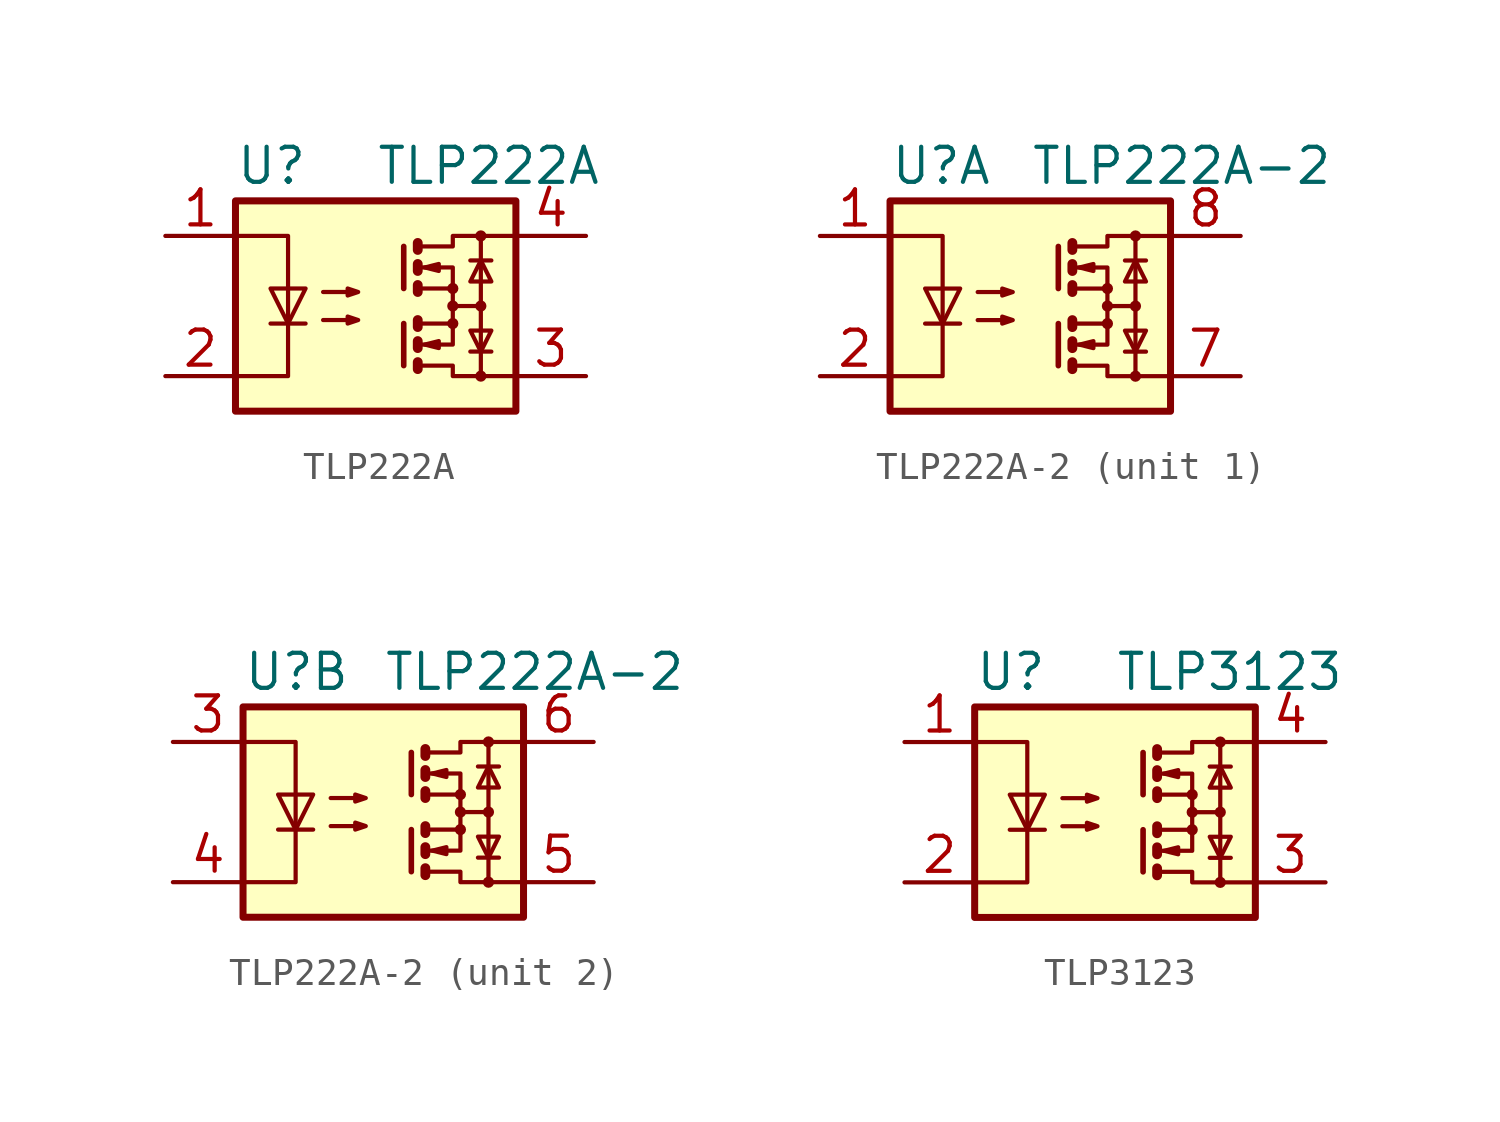
<source format=kicad_sym>
(kicad_symbol_lib
  (version 20201005)
  (generator kicad_symbol_editor)
  (symbol "TLP222A"
    (property "Reference" "U"
      (at -5.08 5.08 0)
      (effects (font (size 1.27 1.27)) (justify left)))
    (property "Value" "TLP222A"
      (at 0 5.08 0)
      (effects (font (size 1.27 1.27)) (justify left)))
    (symbol "TLP222A_0_1"
      (circle (center 2.794 -0.635) (radius 0.127) (stroke (width 0)) (fill (type none)))
      (circle (center 2.794 0) (radius 0.127) (stroke (width 0)) (fill (type none)))
      (circle (center 2.794 0.635) (radius 0.127) (stroke (width 0)) (fill (type none)))
      (circle (center 3.81 -2.54) (radius 0.127) (stroke (width 0)) (fill (type none)))
      (circle (center 3.81 0) (radius 0.127) (stroke (width 0)) (fill (type none)))
      (circle (center 3.81 2.54) (radius 0.127) (stroke (width 0)) (fill (type none)))
      (rectangle (start -5.08 3.81) (end 5.08 -3.81) (stroke (width 0.254)) (fill (type background)))
      (polyline (pts (xy -3.81 -0.635) (xy -2.54 -0.635)) (stroke (width 0)) (fill (type none)))
      (polyline (pts (xy 1.016 -0.635) (xy 1.016 -2.159)) (stroke (width 0.203)) (fill (type none)))
      (polyline (pts (xy 1.016 2.159) (xy 1.016 0.635)) (stroke (width 0.203)) (fill (type none)))
      (polyline (pts (xy 1.524 -0.508) (xy 1.524 -0.762)) (stroke (width 0.356)) (fill (type none)))
      (polyline (pts (xy 2.794 0) (xy 3.81 0)) (stroke (width 0)) (fill (type none)))
      (polyline (pts (xy 3.429 -1.651) (xy 4.191 -1.651)) (stroke (width 0)) (fill (type none)))
      (polyline (pts (xy 3.429 1.651) (xy 4.191 1.651)) (stroke (width 0)) (fill (type none)))
      (polyline (pts (xy 3.81 -2.54) (xy 3.81 2.54)) (stroke (width 0)) (fill (type none)))
      (polyline (pts (xy 1.524 -2.032) (xy 1.524 -2.286) (xy 1.524 -2.286)) (stroke (width 0.356)) (fill (type none)))
      (polyline (pts (xy 1.524 -1.27) (xy 1.524 -1.524) (xy 1.524 -1.524)) (stroke (width 0.356)) (fill (type none)))
      (polyline (pts (xy 1.524 0.762) (xy 1.524 0.508) (xy 1.524 0.508)) (stroke (width 0.356)) (fill (type none)))
      (polyline (pts (xy 1.524 1.524) (xy 1.524 1.27) (xy 1.524 1.27)) (stroke (width 0.356)) (fill (type none)))
      (polyline (pts (xy 1.524 2.286) (xy 1.524 2.032) (xy 1.524 2.032)) (stroke (width 0.356)) (fill (type none)))
      (polyline (pts (xy 1.651 -1.397) (xy 2.794 -1.397) (xy 2.794 -0.635)) (stroke (width 0)) (fill (type none)))
      (polyline (pts (xy 1.651 1.397) (xy 2.794 1.397) (xy 2.794 0.635)) (stroke (width 0)) (fill (type none)))
      (polyline (pts (xy -5.08 2.54) (xy -3.175 2.54) (xy -3.175 -2.54) (xy -5.08 -2.54)) (stroke (width 0)) (fill (type none)))
      (polyline (pts (xy -3.175 -0.635) (xy -3.81 0.635) (xy -2.54 0.635) (xy -3.175 -0.635)) (stroke (width 0)) (fill (type none)))
      (polyline (pts (xy 1.651 -2.159) (xy 2.794 -2.159) (xy 2.794 -2.54) (xy 5.08 -2.54)) (stroke (width 0)) (fill (type none)))
      (polyline (pts (xy 1.651 -0.635) (xy 2.794 -0.635) (xy 2.794 0.635) (xy 1.651 0.635)) (stroke (width 0)) (fill (type none)))
      (polyline (pts (xy 1.651 2.159) (xy 2.794 2.159) (xy 2.794 2.54) (xy 5.08 2.54)) (stroke (width 0)) (fill (type none)))
      (polyline (pts (xy 1.778 -1.397) (xy 2.286 -1.27) (xy 2.286 -1.524) (xy 1.778 -1.397)) (stroke (width 0)) (fill (type none)))
      (polyline (pts (xy 1.778 1.397) (xy 2.286 1.524) (xy 2.286 1.27) (xy 1.778 1.397)) (stroke (width 0)) (fill (type none)))
      (polyline (pts (xy 3.81 -1.651) (xy 3.429 -0.889) (xy 4.191 -0.889) (xy 3.81 -1.651)) (stroke (width 0)) (fill (type none)))
      (polyline (pts (xy 3.81 1.651) (xy 3.429 0.889) (xy 4.191 0.889) (xy 3.81 1.651)) (stroke (width 0)) (fill (type none)))
      (polyline (pts (xy -1.905 -0.508) (xy -0.635 -0.508) (xy -1.016 -0.635) (xy -1.016 -0.381) (xy -0.635 -0.508)) (stroke (width 0)) (fill (type none)))
      (polyline (pts (xy -1.905 0.508) (xy -0.635 0.508) (xy -1.016 0.381) (xy -1.016 0.635) (xy -0.635 0.508)) (stroke (width 0)) (fill (type none))))
    (symbol "TLP222A_1_1"
      (pin passive line (at -7.62 2.54 0) (length 2.54) (name "~" (effects (font (size 1.27 1.27)))) (number "1" (effects (font (size 1.27 1.27)))))
      (pin passive line (at -7.62 -2.54 0) (length 2.54) (name "~" (effects (font (size 1.27 1.27)))) (number "2" (effects (font (size 1.27 1.27)))))
      (pin passive line (at 7.62 -2.54 180) (length 2.54) (name "~" (effects (font (size 1.27 1.27)))) (number "3" (effects (font (size 1.27 1.27)))))
      (pin passive line (at 7.62 2.54 180) (length 2.54) (name "~" (effects (font (size 1.27 1.27)))) (number "4" (effects (font (size 1.27 1.27)))))))
  (symbol "TLP222A-2"
    (property "Reference" "U"
      (at -5.08 5.08 0)
      (effects (font (size 1.27 1.27)) (justify left)))
    (property "Value" "TLP222A-2"
      (at 0 5.08 0)
      (effects (font (size 1.27 1.27)) (justify left)))
    (symbol "TLP222A-2_0_1"
      (circle (center 2.794 -0.635) (radius 0.127) (stroke (width 0)) (fill (type none)))
      (circle (center 2.794 0) (radius 0.127) (stroke (width 0)) (fill (type none)))
      (circle (center 2.794 0.635) (radius 0.127) (stroke (width 0)) (fill (type none)))
      (circle (center 3.81 -2.54) (radius 0.127) (stroke (width 0)) (fill (type none)))
      (circle (center 3.81 0) (radius 0.127) (stroke (width 0)) (fill (type none)))
      (circle (center 3.81 2.54) (radius 0.127) (stroke (width 0)) (fill (type none)))
      (rectangle (start -5.08 3.81) (end 5.08 -3.81) (stroke (width 0.254)) (fill (type background)))
      (polyline (pts (xy -3.81 -0.635) (xy -2.54 -0.635)) (stroke (width 0)) (fill (type none)))
      (polyline (pts (xy 1.016 -0.635) (xy 1.016 -2.159)) (stroke (width 0.203)) (fill (type none)))
      (polyline (pts (xy 1.016 2.159) (xy 1.016 0.635)) (stroke (width 0.203)) (fill (type none)))
      (polyline (pts (xy 1.524 -0.508) (xy 1.524 -0.762)) (stroke (width 0.356)) (fill (type none)))
      (polyline (pts (xy 2.794 0) (xy 3.81 0)) (stroke (width 0)) (fill (type none)))
      (polyline (pts (xy 3.429 -1.651) (xy 4.191 -1.651)) (stroke (width 0)) (fill (type none)))
      (polyline (pts (xy 3.429 1.651) (xy 4.191 1.651)) (stroke (width 0)) (fill (type none)))
      (polyline (pts (xy 3.81 -2.54) (xy 3.81 2.54)) (stroke (width 0)) (fill (type none)))
      (polyline (pts (xy 1.524 -2.032) (xy 1.524 -2.286) (xy 1.524 -2.286)) (stroke (width 0.356)) (fill (type none)))
      (polyline (pts (xy 1.524 -1.27) (xy 1.524 -1.524) (xy 1.524 -1.524)) (stroke (width 0.356)) (fill (type none)))
      (polyline (pts (xy 1.524 0.762) (xy 1.524 0.508) (xy 1.524 0.508)) (stroke (width 0.356)) (fill (type none)))
      (polyline (pts (xy 1.524 1.524) (xy 1.524 1.27) (xy 1.524 1.27)) (stroke (width 0.356)) (fill (type none)))
      (polyline (pts (xy 1.524 2.286) (xy 1.524 2.032) (xy 1.524 2.032)) (stroke (width 0.356)) (fill (type none)))
      (polyline (pts (xy 1.651 -1.397) (xy 2.794 -1.397) (xy 2.794 -0.635)) (stroke (width 0)) (fill (type none)))
      (polyline (pts (xy 1.651 1.397) (xy 2.794 1.397) (xy 2.794 0.635)) (stroke (width 0)) (fill (type none)))
      (polyline (pts (xy -5.08 2.54) (xy -3.175 2.54) (xy -3.175 -2.54) (xy -5.08 -2.54)) (stroke (width 0)) (fill (type none)))
      (polyline (pts (xy -3.175 -0.635) (xy -3.81 0.635) (xy -2.54 0.635) (xy -3.175 -0.635)) (stroke (width 0)) (fill (type none)))
      (polyline (pts (xy 1.651 -2.159) (xy 2.794 -2.159) (xy 2.794 -2.54) (xy 5.08 -2.54)) (stroke (width 0)) (fill (type none)))
      (polyline (pts (xy 1.651 -0.635) (xy 2.794 -0.635) (xy 2.794 0.635) (xy 1.651 0.635)) (stroke (width 0)) (fill (type none)))
      (polyline (pts (xy 1.651 2.159) (xy 2.794 2.159) (xy 2.794 2.54) (xy 5.08 2.54)) (stroke (width 0)) (fill (type none)))
      (polyline (pts (xy 1.778 -1.397) (xy 2.286 -1.27) (xy 2.286 -1.524) (xy 1.778 -1.397)) (stroke (width 0)) (fill (type none)))
      (polyline (pts (xy 1.778 1.397) (xy 2.286 1.524) (xy 2.286 1.27) (xy 1.778 1.397)) (stroke (width 0)) (fill (type none)))
      (polyline (pts (xy 3.81 -1.651) (xy 3.429 -0.889) (xy 4.191 -0.889) (xy 3.81 -1.651)) (stroke (width 0)) (fill (type none)))
      (polyline (pts (xy 3.81 1.651) (xy 3.429 0.889) (xy 4.191 0.889) (xy 3.81 1.651)) (stroke (width 0)) (fill (type none)))
      (polyline (pts (xy -1.905 -0.508) (xy -0.635 -0.508) (xy -1.016 -0.635) (xy -1.016 -0.381) (xy -0.635 -0.508)) (stroke (width 0)) (fill (type none)))
      (polyline (pts (xy -1.905 0.508) (xy -0.635 0.508) (xy -1.016 0.381) (xy -1.016 0.635) (xy -0.635 0.508)) (stroke (width 0)) (fill (type none))))
    (symbol "TLP222A-2_1_1"
      (pin passive line (at -7.62 2.54 0) (length 2.54) (name "~" (effects (font (size 1.27 1.27)))) (number "1" (effects (font (size 1.27 1.27)))))
      (pin passive line (at -7.62 -2.54 0) (length 2.54) (name "~" (effects (font (size 1.27 1.27)))) (number "2" (effects (font (size 1.27 1.27)))))
      (pin passive line (at 7.62 -2.54 180) (length 2.54) (name "~" (effects (font (size 1.27 1.27)))) (number "7" (effects (font (size 1.27 1.27)))))
      (pin passive line (at 7.62 2.54 180) (length 2.54) (name "~" (effects (font (size 1.27 1.27)))) (number "8" (effects (font (size 1.27 1.27))))))
    (symbol "TLP222A-2_2_1"
      (pin passive line (at -7.62 2.54 0) (length 2.54) (name "~" (effects (font (size 1.27 1.27)))) (number "3" (effects (font (size 1.27 1.27)))))
      (pin passive line (at -7.62 -2.54 0) (length 2.54) (name "~" (effects (font (size 1.27 1.27)))) (number "4" (effects (font (size 1.27 1.27)))))
      (pin passive line (at 7.62 -2.54 180) (length 2.54) (name "~" (effects (font (size 1.27 1.27)))) (number "5" (effects (font (size 1.27 1.27)))))
      (pin passive line (at 7.62 2.54 180) (length 2.54) (name "~" (effects (font (size 1.27 1.27)))) (number "6" (effects (font (size 1.27 1.27)))))))
  (symbol "TLP3123"
    (property "Reference" "U"
      (at -5.08 5.08 0)
      (effects (font (size 1.27 1.27)) (justify left)))
    (property "Value" "TLP3123"
      (at 0 5.08 0)
      (effects (font (size 1.27 1.27)) (justify left)))
    (symbol "TLP3123_0_1"
      (circle (center 2.794 -0.635) (radius 0.127) (stroke (width 0)) (fill (type none)))
      (circle (center 2.794 0) (radius 0.127) (stroke (width 0)) (fill (type none)))
      (circle (center 2.794 0.635) (radius 0.127) (stroke (width 0)) (fill (type none)))
      (circle (center 3.81 -2.54) (radius 0.127) (stroke (width 0)) (fill (type none)))
      (circle (center 3.81 0) (radius 0.127) (stroke (width 0)) (fill (type none)))
      (circle (center 3.81 2.54) (radius 0.127) (stroke (width 0)) (fill (type none)))
      (rectangle (start -5.08 3.81) (end 5.08 -3.81) (stroke (width 0.254)) (fill (type background)))
      (polyline (pts (xy -3.81 -0.635) (xy -2.54 -0.635)) (stroke (width 0)) (fill (type none)))
      (polyline (pts (xy 1.016 -0.635) (xy 1.016 -2.159)) (stroke (width 0.203)) (fill (type none)))
      (polyline (pts (xy 1.016 2.159) (xy 1.016 0.635)) (stroke (width 0.203)) (fill (type none)))
      (polyline (pts (xy 1.524 -0.508) (xy 1.524 -0.762)) (stroke (width 0.356)) (fill (type none)))
      (polyline (pts (xy 2.794 0) (xy 3.81 0)) (stroke (width 0)) (fill (type none)))
      (polyline (pts (xy 3.429 -1.651) (xy 4.191 -1.651)) (stroke (width 0)) (fill (type none)))
      (polyline (pts (xy 3.429 1.651) (xy 4.191 1.651)) (stroke (width 0)) (fill (type none)))
      (polyline (pts (xy 3.81 -2.54) (xy 3.81 2.54)) (stroke (width 0)) (fill (type none)))
      (polyline (pts (xy 1.524 -2.032) (xy 1.524 -2.286) (xy 1.524 -2.286)) (stroke (width 0.356)) (fill (type none)))
      (polyline (pts (xy 1.524 -1.27) (xy 1.524 -1.524) (xy 1.524 -1.524)) (stroke (width 0.356)) (fill (type none)))
      (polyline (pts (xy 1.524 0.762) (xy 1.524 0.508) (xy 1.524 0.508)) (stroke (width 0.356)) (fill (type none)))
      (polyline (pts (xy 1.524 1.524) (xy 1.524 1.27) (xy 1.524 1.27)) (stroke (width 0.356)) (fill (type none)))
      (polyline (pts (xy 1.524 2.286) (xy 1.524 2.032) (xy 1.524 2.032)) (stroke (width 0.356)) (fill (type none)))
      (polyline (pts (xy 1.651 -1.397) (xy 2.794 -1.397) (xy 2.794 -0.635)) (stroke (width 0)) (fill (type none)))
      (polyline (pts (xy 1.651 1.397) (xy 2.794 1.397) (xy 2.794 0.635)) (stroke (width 0)) (fill (type none)))
      (polyline (pts (xy -5.08 2.54) (xy -3.175 2.54) (xy -3.175 -2.54) (xy -5.08 -2.54)) (stroke (width 0)) (fill (type none)))
      (polyline (pts (xy -3.175 -0.635) (xy -3.81 0.635) (xy -2.54 0.635) (xy -3.175 -0.635)) (stroke (width 0)) (fill (type none)))
      (polyline (pts (xy 1.651 -2.159) (xy 2.794 -2.159) (xy 2.794 -2.54) (xy 5.08 -2.54)) (stroke (width 0)) (fill (type none)))
      (polyline (pts (xy 1.651 -0.635) (xy 2.794 -0.635) (xy 2.794 0.635) (xy 1.651 0.635)) (stroke (width 0)) (fill (type none)))
      (polyline (pts (xy 1.651 2.159) (xy 2.794 2.159) (xy 2.794 2.54) (xy 5.08 2.54)) (stroke (width 0)) (fill (type none)))
      (polyline (pts (xy 1.778 -1.397) (xy 2.286 -1.27) (xy 2.286 -1.524) (xy 1.778 -1.397)) (stroke (width 0)) (fill (type none)))
      (polyline (pts (xy 1.778 1.397) (xy 2.286 1.524) (xy 2.286 1.27) (xy 1.778 1.397)) (stroke (width 0)) (fill (type none)))
      (polyline (pts (xy 3.81 -1.651) (xy 3.429 -0.889) (xy 4.191 -0.889) (xy 3.81 -1.651)) (stroke (width 0)) (fill (type none)))
      (polyline (pts (xy 3.81 1.651) (xy 3.429 0.889) (xy 4.191 0.889) (xy 3.81 1.651)) (stroke (width 0)) (fill (type none)))
      (polyline (pts (xy -1.905 -0.508) (xy -0.635 -0.508) (xy -1.016 -0.635) (xy -1.016 -0.381) (xy -0.635 -0.508)) (stroke (width 0)) (fill (type none)))
      (polyline (pts (xy -1.905 0.508) (xy -0.635 0.508) (xy -1.016 0.381) (xy -1.016 0.635) (xy -0.635 0.508)) (stroke (width 0)) (fill (type none))))
    (symbol "TLP3123_1_1"
      (pin passive line (at -7.62 2.54 0) (length 2.54) (name "~" (effects (font (size 1.27 1.27)))) (number "1" (effects (font (size 1.27 1.27)))))
      (pin passive line (at -7.62 -2.54 0) (length 2.54) (name "~" (effects (font (size 1.27 1.27)))) (number "2" (effects (font (size 1.27 1.27)))))
      (pin passive line (at 7.62 -2.54 180) (length 2.54) (name "~" (effects (font (size 1.27 1.27)))) (number "3" (effects (font (size 1.27 1.27)))))
      (pin passive line (at 7.62 2.54 180) (length 2.54) (name "~" (effects (font (size 1.27 1.27)))) (number "4" (effects (font (size 1.27 1.27))))))))
</source>
